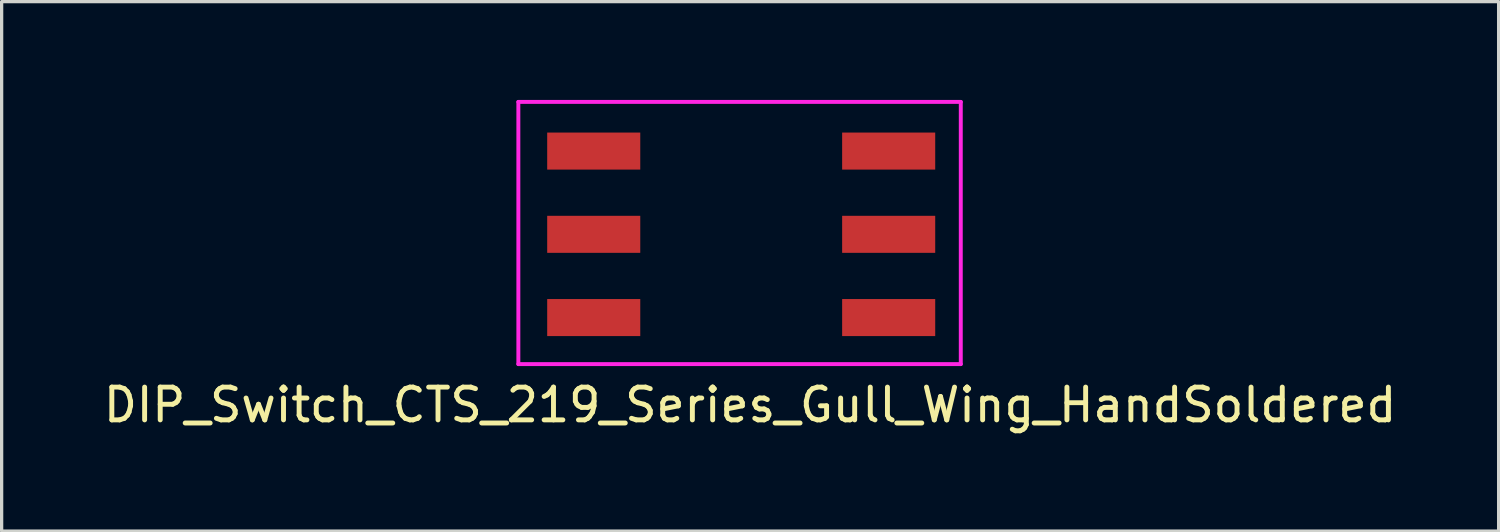
<source format=kicad_pcb>
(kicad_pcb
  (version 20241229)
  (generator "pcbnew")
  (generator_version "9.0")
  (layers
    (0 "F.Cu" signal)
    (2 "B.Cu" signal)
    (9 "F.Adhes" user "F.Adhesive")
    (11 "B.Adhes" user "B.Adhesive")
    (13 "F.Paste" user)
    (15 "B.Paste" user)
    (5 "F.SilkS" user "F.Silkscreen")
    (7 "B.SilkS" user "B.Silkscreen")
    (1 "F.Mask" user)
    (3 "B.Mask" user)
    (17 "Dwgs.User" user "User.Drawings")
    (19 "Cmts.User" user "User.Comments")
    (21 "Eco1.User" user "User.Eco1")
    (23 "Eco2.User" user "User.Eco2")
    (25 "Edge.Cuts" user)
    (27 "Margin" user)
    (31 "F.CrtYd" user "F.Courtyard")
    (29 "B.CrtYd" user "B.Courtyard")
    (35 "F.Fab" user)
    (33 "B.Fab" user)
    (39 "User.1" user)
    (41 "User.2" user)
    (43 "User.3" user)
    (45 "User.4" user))
  (footprint "DIP_Switch_CTS_219_Series_Gull_Wing_HandSoldered"
    (layer "F.Cu")
    (at 19.767 4.06)
    (property "Reference" "DIP_Switch_CTS_219_Series_Gull_Wing_HandSoldered" (at 0.072 5.247 0) (layer "F.SilkS") (effects (font (size 1 1) (thickness 0.15))))
    (attr through_hole)
    (fp_line (start -7 -4) (end 6.5 -4) (stroke (width 0.12) (type solid)) (layer "F.CrtYd"))
    (fp_line (start -7 4) (end -7 -4) (stroke (width 0.12) (type solid)) (layer "F.CrtYd"))
    (fp_line (start 6.5 -4) (end 6.5 4) (stroke (width 0.12) (type solid)) (layer "F.CrtYd"))
    (fp_line (start 6.5 4) (end -7 4) (stroke (width 0.12) (type solid)) (layer "F.CrtYd"))
    (pad "1" smd rect (at -4.5 -2.5) (size 2.84 1.13) (drill (offset -0.2 0)) (layers "F.Cu" "F.Mask" "F.Paste"))
    (pad "2" smd rect (at -4.5 0.04) (size 2.84 1.13) (drill (offset -0.2 0)) (layers "F.Cu" "F.Mask" "F.Paste"))
    (pad "3" smd rect (at -4.5 2.58) (size 2.84 1.13) (drill (offset -0.2 0)) (layers "F.Cu" "F.Mask" "F.Paste"))
    (pad "4" smd rect (at 4.1 2.58) (size 2.84 1.13) (drill (offset 0.2 0)) (layers "F.Cu" "F.Mask" "F.Paste"))
    (pad "5" smd rect (at 4.1 0.04) (size 2.84 1.13) (drill (offset 0.2 0)) (layers "F.Cu" "F.Mask" "F.Paste"))
    (pad "6" smd rect (at 4.1 -2.5) (size 2.84 1.13) (drill (offset 0.2 0)) (layers "F.Cu" "F.Mask" "F.Paste")))
  (gr_rect
    (start -3 -3)
    (end 42.679 13.155)
    (stroke (width 0.1) (type default))
    (fill no)
    (layer "Edge.Cuts")))
</source>
